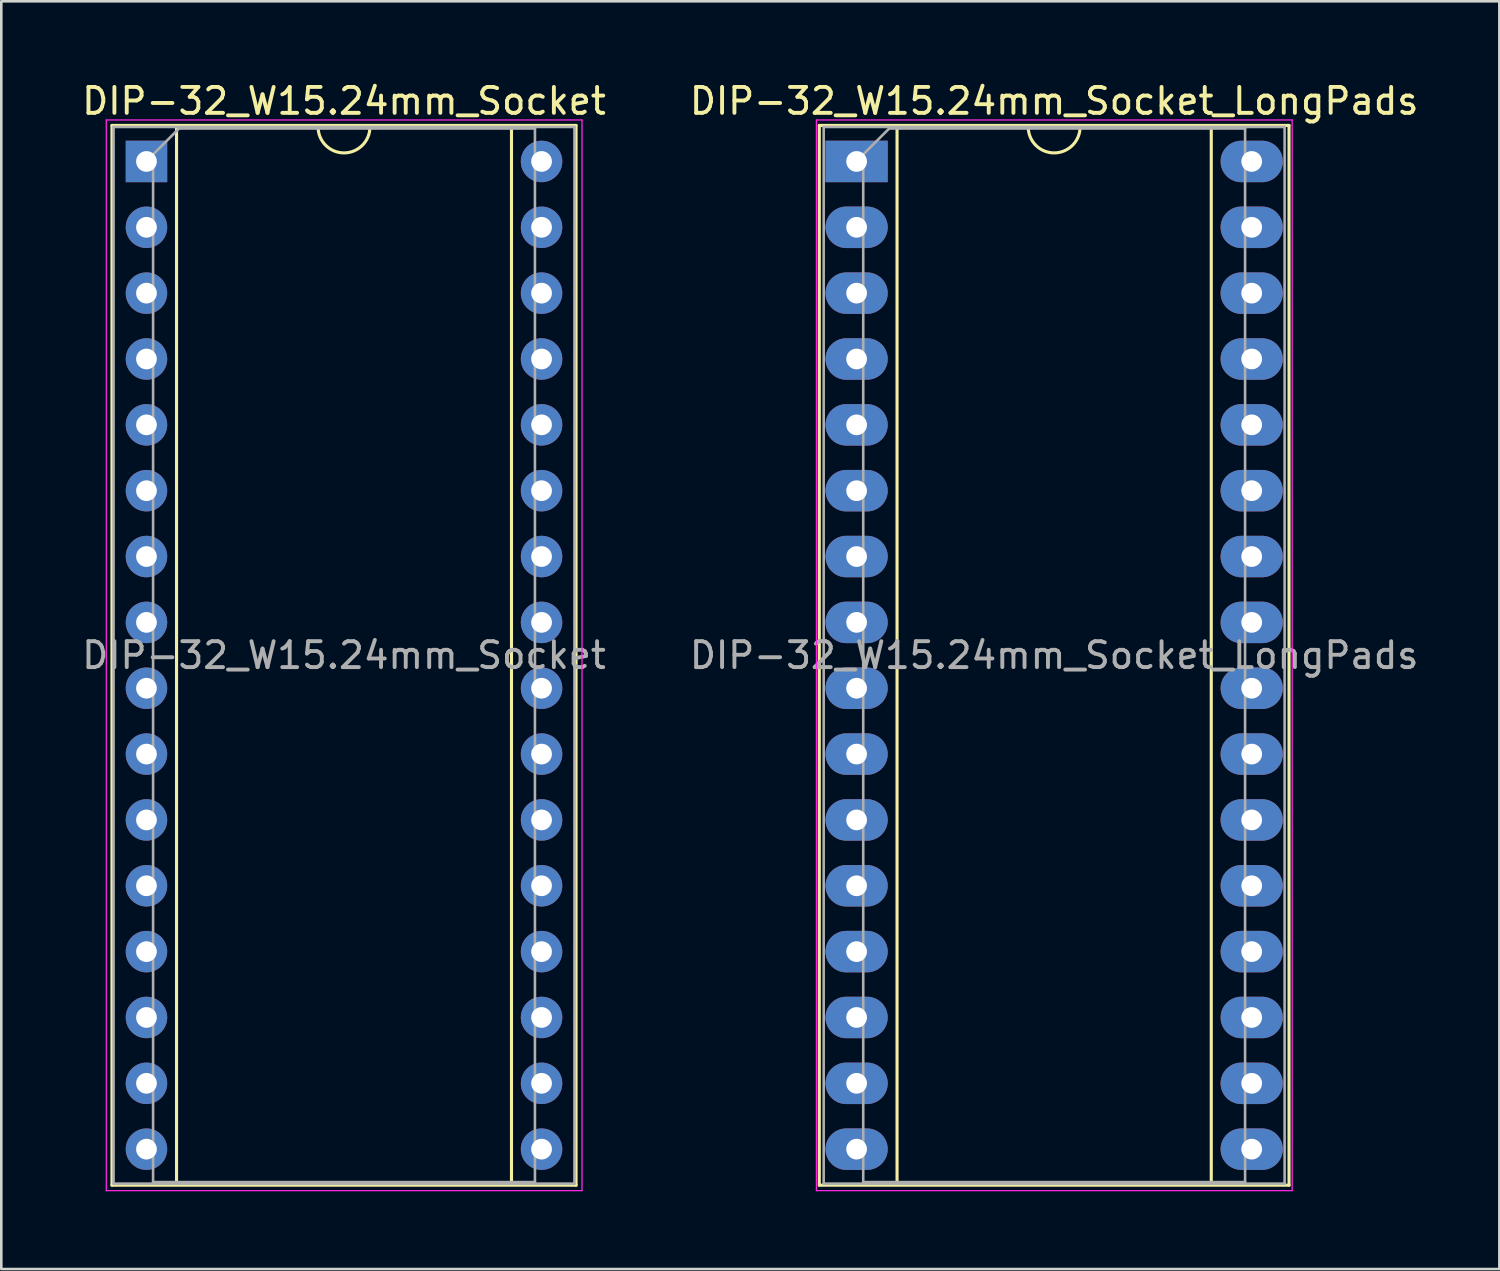
<source format=kicad_pcb>
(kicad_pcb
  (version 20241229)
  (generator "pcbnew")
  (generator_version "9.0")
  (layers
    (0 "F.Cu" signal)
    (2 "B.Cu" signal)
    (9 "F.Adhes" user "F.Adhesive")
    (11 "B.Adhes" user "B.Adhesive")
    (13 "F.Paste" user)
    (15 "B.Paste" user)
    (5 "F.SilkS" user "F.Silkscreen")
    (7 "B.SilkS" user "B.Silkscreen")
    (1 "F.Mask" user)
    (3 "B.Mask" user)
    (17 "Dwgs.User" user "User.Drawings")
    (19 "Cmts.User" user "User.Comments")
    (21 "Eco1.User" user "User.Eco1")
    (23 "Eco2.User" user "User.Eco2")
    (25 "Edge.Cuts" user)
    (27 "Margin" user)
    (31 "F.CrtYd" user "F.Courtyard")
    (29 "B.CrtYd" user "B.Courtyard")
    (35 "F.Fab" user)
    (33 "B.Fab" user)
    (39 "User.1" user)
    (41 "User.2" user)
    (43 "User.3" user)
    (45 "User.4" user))
  (footprint "DIP-32_W15.24mm_Socket"
    (layer "F.Cu")
    (at 2.6 3.178)
    (property "Reference" "DIP-32_W15.24mm_Socket" (at 7.62 -2.33 0) (layer "F.SilkS") (effects (font (size 1 1) (thickness 0.15))))
    (attr through_hole)
    (fp_line (start -1.33 -1.39) (end -1.33 39.49) (stroke (width 0.12) (type solid)) (layer "F.SilkS"))
    (fp_line (start -1.33 39.49) (end 16.57 39.49) (stroke (width 0.12) (type solid)) (layer "F.SilkS"))
    (fp_line (start 1.16 -1.33) (end 1.16 39.43) (stroke (width 0.12) (type solid)) (layer "F.SilkS"))
    (fp_line (start 1.16 39.43) (end 14.08 39.43) (stroke (width 0.12) (type solid)) (layer "F.SilkS"))
    (fp_line (start 6.62 -1.33) (end 1.16 -1.33) (stroke (width 0.12) (type solid)) (layer "F.SilkS"))
    (fp_line (start 14.08 -1.33) (end 8.62 -1.33) (stroke (width 0.12) (type solid)) (layer "F.SilkS"))
    (fp_line (start 14.08 39.43) (end 14.08 -1.33) (stroke (width 0.12) (type solid)) (layer "F.SilkS"))
    (fp_line (start 16.57 -1.39) (end -1.33 -1.39) (stroke (width 0.12) (type solid)) (layer "F.SilkS"))
    (fp_line (start 16.57 39.49) (end 16.57 -1.39) (stroke (width 0.12) (type solid)) (layer "F.SilkS"))
    (fp_arc (start 8.62 -1.33) (mid 7.62 -0.33) (end 6.62 -1.33) (stroke (width 0.12) (type solid)) (layer "F.SilkS"))
    (fp_line (start -1.55 -1.6) (end -1.55 39.7) (stroke (width 0.05) (type solid)) (layer "F.CrtYd"))
    (fp_line (start -1.55 39.7) (end 16.8 39.7) (stroke (width 0.05) (type solid)) (layer "F.CrtYd"))
    (fp_line (start 16.8 -1.6) (end -1.55 -1.6) (stroke (width 0.05) (type solid)) (layer "F.CrtYd"))
    (fp_line (start 16.8 39.7) (end 16.8 -1.6) (stroke (width 0.05) (type solid)) (layer "F.CrtYd"))
    (fp_line (start -1.27 -1.33) (end -1.27 39.43) (stroke (width 0.1) (type solid)) (layer "F.Fab"))
    (fp_line (start -1.27 39.43) (end 16.51 39.43) (stroke (width 0.1) (type solid)) (layer "F.Fab"))
    (fp_line (start 0.255 -0.27) (end 1.255 -1.27) (stroke (width 0.1) (type solid)) (layer "F.Fab"))
    (fp_line (start 0.255 39.37) (end 0.255 -0.27) (stroke (width 0.1) (type solid)) (layer "F.Fab"))
    (fp_line (start 1.255 -1.27) (end 14.985 -1.27) (stroke (width 0.1) (type solid)) (layer "F.Fab"))
    (fp_line (start 14.985 -1.27) (end 14.985 39.37) (stroke (width 0.1) (type solid)) (layer "F.Fab"))
    (fp_line (start 14.985 39.37) (end 0.255 39.37) (stroke (width 0.1) (type solid)) (layer "F.Fab"))
    (fp_line (start 16.51 -1.33) (end -1.27 -1.33) (stroke (width 0.1) (type solid)) (layer "F.Fab"))
    (fp_line (start 16.51 39.43) (end 16.51 -1.33) (stroke (width 0.1) (type solid)) (layer "F.Fab"))
    (fp_text user "${REFERENCE}" (at 7.62 19.05 0) (layer "F.Fab") (effects (font (size 1 1) (thickness 0.15))))
    (pad "1" thru_hole rect (at 0 0) (size 1.6 1.6) (drill 0.8) (layers "*.Cu" "*.Mask"))
    (pad "2" thru_hole oval (at 0 2.54) (size 1.6 1.6) (drill 0.8) (layers "*.Cu" "*.Mask"))
    (pad "3" thru_hole oval (at 0 5.08) (size 1.6 1.6) (drill 0.8) (layers "*.Cu" "*.Mask"))
    (pad "4" thru_hole oval (at 0 7.62) (size 1.6 1.6) (drill 0.8) (layers "*.Cu" "*.Mask"))
    (pad "5" thru_hole oval (at 0 10.16) (size 1.6 1.6) (drill 0.8) (layers "*.Cu" "*.Mask"))
    (pad "6" thru_hole oval (at 0 12.7) (size 1.6 1.6) (drill 0.8) (layers "*.Cu" "*.Mask"))
    (pad "7" thru_hole oval (at 0 15.24) (size 1.6 1.6) (drill 0.8) (layers "*.Cu" "*.Mask"))
    (pad "8" thru_hole oval (at 0 17.78) (size 1.6 1.6) (drill 0.8) (layers "*.Cu" "*.Mask"))
    (pad "9" thru_hole oval (at 0 20.32) (size 1.6 1.6) (drill 0.8) (layers "*.Cu" "*.Mask"))
    (pad "10" thru_hole oval (at 0 22.86) (size 1.6 1.6) (drill 0.8) (layers "*.Cu" "*.Mask"))
    (pad "11" thru_hole oval (at 0 25.4) (size 1.6 1.6) (drill 0.8) (layers "*.Cu" "*.Mask"))
    (pad "12" thru_hole oval (at 0 27.94) (size 1.6 1.6) (drill 0.8) (layers "*.Cu" "*.Mask"))
    (pad "13" thru_hole oval (at 0 30.48) (size 1.6 1.6) (drill 0.8) (layers "*.Cu" "*.Mask"))
    (pad "14" thru_hole oval (at 0 33.02) (size 1.6 1.6) (drill 0.8) (layers "*.Cu" "*.Mask"))
    (pad "15" thru_hole oval (at 0 35.56) (size 1.6 1.6) (drill 0.8) (layers "*.Cu" "*.Mask"))
    (pad "16" thru_hole oval (at 0 38.1) (size 1.6 1.6) (drill 0.8) (layers "*.Cu" "*.Mask"))
    (pad "17" thru_hole oval (at 15.24 38.1) (size 1.6 1.6) (drill 0.8) (layers "*.Cu" "*.Mask"))
    (pad "18" thru_hole oval (at 15.24 35.56) (size 1.6 1.6) (drill 0.8) (layers "*.Cu" "*.Mask"))
    (pad "19" thru_hole oval (at 15.24 33.02) (size 1.6 1.6) (drill 0.8) (layers "*.Cu" "*.Mask"))
    (pad "20" thru_hole oval (at 15.24 30.48) (size 1.6 1.6) (drill 0.8) (layers "*.Cu" "*.Mask"))
    (pad "21" thru_hole oval (at 15.24 27.94) (size 1.6 1.6) (drill 0.8) (layers "*.Cu" "*.Mask"))
    (pad "22" thru_hole oval (at 15.24 25.4) (size 1.6 1.6) (drill 0.8) (layers "*.Cu" "*.Mask"))
    (pad "23" thru_hole oval (at 15.24 22.86) (size 1.6 1.6) (drill 0.8) (layers "*.Cu" "*.Mask"))
    (pad "24" thru_hole oval (at 15.24 20.32) (size 1.6 1.6) (drill 0.8) (layers "*.Cu" "*.Mask"))
    (pad "25" thru_hole oval (at 15.24 17.78) (size 1.6 1.6) (drill 0.8) (layers "*.Cu" "*.Mask"))
    (pad "26" thru_hole oval (at 15.24 15.24) (size 1.6 1.6) (drill 0.8) (layers "*.Cu" "*.Mask"))
    (pad "27" thru_hole oval (at 15.24 12.7) (size 1.6 1.6) (drill 0.8) (layers "*.Cu" "*.Mask"))
    (pad "28" thru_hole oval (at 15.24 10.16) (size 1.6 1.6) (drill 0.8) (layers "*.Cu" "*.Mask"))
    (pad "29" thru_hole oval (at 15.24 7.62) (size 1.6 1.6) (drill 0.8) (layers "*.Cu" "*.Mask"))
    (pad "30" thru_hole oval (at 15.24 5.08) (size 1.6 1.6) (drill 0.8) (layers "*.Cu" "*.Mask"))
    (pad "31" thru_hole oval (at 15.24 2.54) (size 1.6 1.6) (drill 0.8) (layers "*.Cu" "*.Mask"))
    (pad "32" thru_hole oval (at 15.24 0) (size 1.6 1.6) (drill 0.8) (layers "*.Cu" "*.Mask")))
  (footprint "DIP-32_W15.24mm_Socket_LongPads"
    (layer "F.Cu")
    (at 29.993 3.178)
    (property "Reference" "DIP-32_W15.24mm_Socket_LongPads" (at 7.62 -2.33 0) (layer "F.SilkS") (effects (font (size 1 1) (thickness 0.15))))
    (attr through_hole)
    (fp_line (start -1.44 -1.39) (end -1.44 39.49) (stroke (width 0.12) (type solid)) (layer "F.SilkS"))
    (fp_line (start -1.44 39.49) (end 16.68 39.49) (stroke (width 0.12) (type solid)) (layer "F.SilkS"))
    (fp_line (start 1.56 -1.33) (end 1.56 39.43) (stroke (width 0.12) (type solid)) (layer "F.SilkS"))
    (fp_line (start 1.56 39.43) (end 13.68 39.43) (stroke (width 0.12) (type solid)) (layer "F.SilkS"))
    (fp_line (start 6.62 -1.33) (end 1.56 -1.33) (stroke (width 0.12) (type solid)) (layer "F.SilkS"))
    (fp_line (start 13.68 -1.33) (end 8.62 -1.33) (stroke (width 0.12) (type solid)) (layer "F.SilkS"))
    (fp_line (start 13.68 39.43) (end 13.68 -1.33) (stroke (width 0.12) (type solid)) (layer "F.SilkS"))
    (fp_line (start 16.68 -1.39) (end -1.44 -1.39) (stroke (width 0.12) (type solid)) (layer "F.SilkS"))
    (fp_line (start 16.68 39.49) (end 16.68 -1.39) (stroke (width 0.12) (type solid)) (layer "F.SilkS"))
    (fp_arc (start 8.62 -1.33) (mid 7.62 -0.33) (end 6.62 -1.33) (stroke (width 0.12) (type solid)) (layer "F.SilkS"))
    (fp_line (start -1.55 -1.6) (end -1.55 39.7) (stroke (width 0.05) (type solid)) (layer "F.CrtYd"))
    (fp_line (start -1.55 39.7) (end 16.8 39.7) (stroke (width 0.05) (type solid)) (layer "F.CrtYd"))
    (fp_line (start 16.8 -1.6) (end -1.55 -1.6) (stroke (width 0.05) (type solid)) (layer "F.CrtYd"))
    (fp_line (start 16.8 39.7) (end 16.8 -1.6) (stroke (width 0.05) (type solid)) (layer "F.CrtYd"))
    (fp_line (start -1.27 -1.33) (end -1.27 39.43) (stroke (width 0.1) (type solid)) (layer "F.Fab"))
    (fp_line (start -1.27 39.43) (end 16.51 39.43) (stroke (width 0.1) (type solid)) (layer "F.Fab"))
    (fp_line (start 0.255 -0.27) (end 1.255 -1.27) (stroke (width 0.1) (type solid)) (layer "F.Fab"))
    (fp_line (start 0.255 39.37) (end 0.255 -0.27) (stroke (width 0.1) (type solid)) (layer "F.Fab"))
    (fp_line (start 1.255 -1.27) (end 14.985 -1.27) (stroke (width 0.1) (type solid)) (layer "F.Fab"))
    (fp_line (start 14.985 -1.27) (end 14.985 39.37) (stroke (width 0.1) (type solid)) (layer "F.Fab"))
    (fp_line (start 14.985 39.37) (end 0.255 39.37) (stroke (width 0.1) (type solid)) (layer "F.Fab"))
    (fp_line (start 16.51 -1.33) (end -1.27 -1.33) (stroke (width 0.1) (type solid)) (layer "F.Fab"))
    (fp_line (start 16.51 39.43) (end 16.51 -1.33) (stroke (width 0.1) (type solid)) (layer "F.Fab"))
    (fp_text user "${REFERENCE}" (at 7.62 19.05 0) (layer "F.Fab") (effects (font (size 1 1) (thickness 0.15))))
    (pad "1" thru_hole rect (at 0 0) (size 2.4 1.6) (drill 0.8) (layers "*.Cu" "*.Mask"))
    (pad "2" thru_hole oval (at 0 2.54) (size 2.4 1.6) (drill 0.8) (layers "*.Cu" "*.Mask"))
    (pad "3" thru_hole oval (at 0 5.08) (size 2.4 1.6) (drill 0.8) (layers "*.Cu" "*.Mask"))
    (pad "4" thru_hole oval (at 0 7.62) (size 2.4 1.6) (drill 0.8) (layers "*.Cu" "*.Mask"))
    (pad "5" thru_hole oval (at 0 10.16) (size 2.4 1.6) (drill 0.8) (layers "*.Cu" "*.Mask"))
    (pad "6" thru_hole oval (at 0 12.7) (size 2.4 1.6) (drill 0.8) (layers "*.Cu" "*.Mask"))
    (pad "7" thru_hole oval (at 0 15.24) (size 2.4 1.6) (drill 0.8) (layers "*.Cu" "*.Mask"))
    (pad "8" thru_hole oval (at 0 17.78) (size 2.4 1.6) (drill 0.8) (layers "*.Cu" "*.Mask"))
    (pad "9" thru_hole oval (at 0 20.32) (size 2.4 1.6) (drill 0.8) (layers "*.Cu" "*.Mask"))
    (pad "10" thru_hole oval (at 0 22.86) (size 2.4 1.6) (drill 0.8) (layers "*.Cu" "*.Mask"))
    (pad "11" thru_hole oval (at 0 25.4) (size 2.4 1.6) (drill 0.8) (layers "*.Cu" "*.Mask"))
    (pad "12" thru_hole oval (at 0 27.94) (size 2.4 1.6) (drill 0.8) (layers "*.Cu" "*.Mask"))
    (pad "13" thru_hole oval (at 0 30.48) (size 2.4 1.6) (drill 0.8) (layers "*.Cu" "*.Mask"))
    (pad "14" thru_hole oval (at 0 33.02) (size 2.4 1.6) (drill 0.8) (layers "*.Cu" "*.Mask"))
    (pad "15" thru_hole oval (at 0 35.56) (size 2.4 1.6) (drill 0.8) (layers "*.Cu" "*.Mask"))
    (pad "16" thru_hole oval (at 0 38.1) (size 2.4 1.6) (drill 0.8) (layers "*.Cu" "*.Mask"))
    (pad "17" thru_hole oval (at 15.24 38.1) (size 2.4 1.6) (drill 0.8) (layers "*.Cu" "*.Mask"))
    (pad "18" thru_hole oval (at 15.24 35.56) (size 2.4 1.6) (drill 0.8) (layers "*.Cu" "*.Mask"))
    (pad "19" thru_hole oval (at 15.24 33.02) (size 2.4 1.6) (drill 0.8) (layers "*.Cu" "*.Mask"))
    (pad "20" thru_hole oval (at 15.24 30.48) (size 2.4 1.6) (drill 0.8) (layers "*.Cu" "*.Mask"))
    (pad "21" thru_hole oval (at 15.24 27.94) (size 2.4 1.6) (drill 0.8) (layers "*.Cu" "*.Mask"))
    (pad "22" thru_hole oval (at 15.24 25.4) (size 2.4 1.6) (drill 0.8) (layers "*.Cu" "*.Mask"))
    (pad "23" thru_hole oval (at 15.24 22.86) (size 2.4 1.6) (drill 0.8) (layers "*.Cu" "*.Mask"))
    (pad "24" thru_hole oval (at 15.24 20.32) (size 2.4 1.6) (drill 0.8) (layers "*.Cu" "*.Mask"))
    (pad "25" thru_hole oval (at 15.24 17.78) (size 2.4 1.6) (drill 0.8) (layers "*.Cu" "*.Mask"))
    (pad "26" thru_hole oval (at 15.24 15.24) (size 2.4 1.6) (drill 0.8) (layers "*.Cu" "*.Mask"))
    (pad "27" thru_hole oval (at 15.24 12.7) (size 2.4 1.6) (drill 0.8) (layers "*.Cu" "*.Mask"))
    (pad "28" thru_hole oval (at 15.24 10.16) (size 2.4 1.6) (drill 0.8) (layers "*.Cu" "*.Mask"))
    (pad "29" thru_hole oval (at 15.24 7.62) (size 2.4 1.6) (drill 0.8) (layers "*.Cu" "*.Mask"))
    (pad "30" thru_hole oval (at 15.24 5.08) (size 2.4 1.6) (drill 0.8) (layers "*.Cu" "*.Mask"))
    (pad "31" thru_hole oval (at 15.24 2.54) (size 2.4 1.6) (drill 0.8) (layers "*.Cu" "*.Mask"))
    (pad "32" thru_hole oval (at 15.24 0) (size 2.4 1.6) (drill 0.8) (layers "*.Cu" "*.Mask")))
  (gr_rect
    (start -3 -3)
    (end 54.786 45.903)
    (stroke (width 0.1) (type default))
    (fill no)
    (layer "Edge.Cuts")))
</source>
